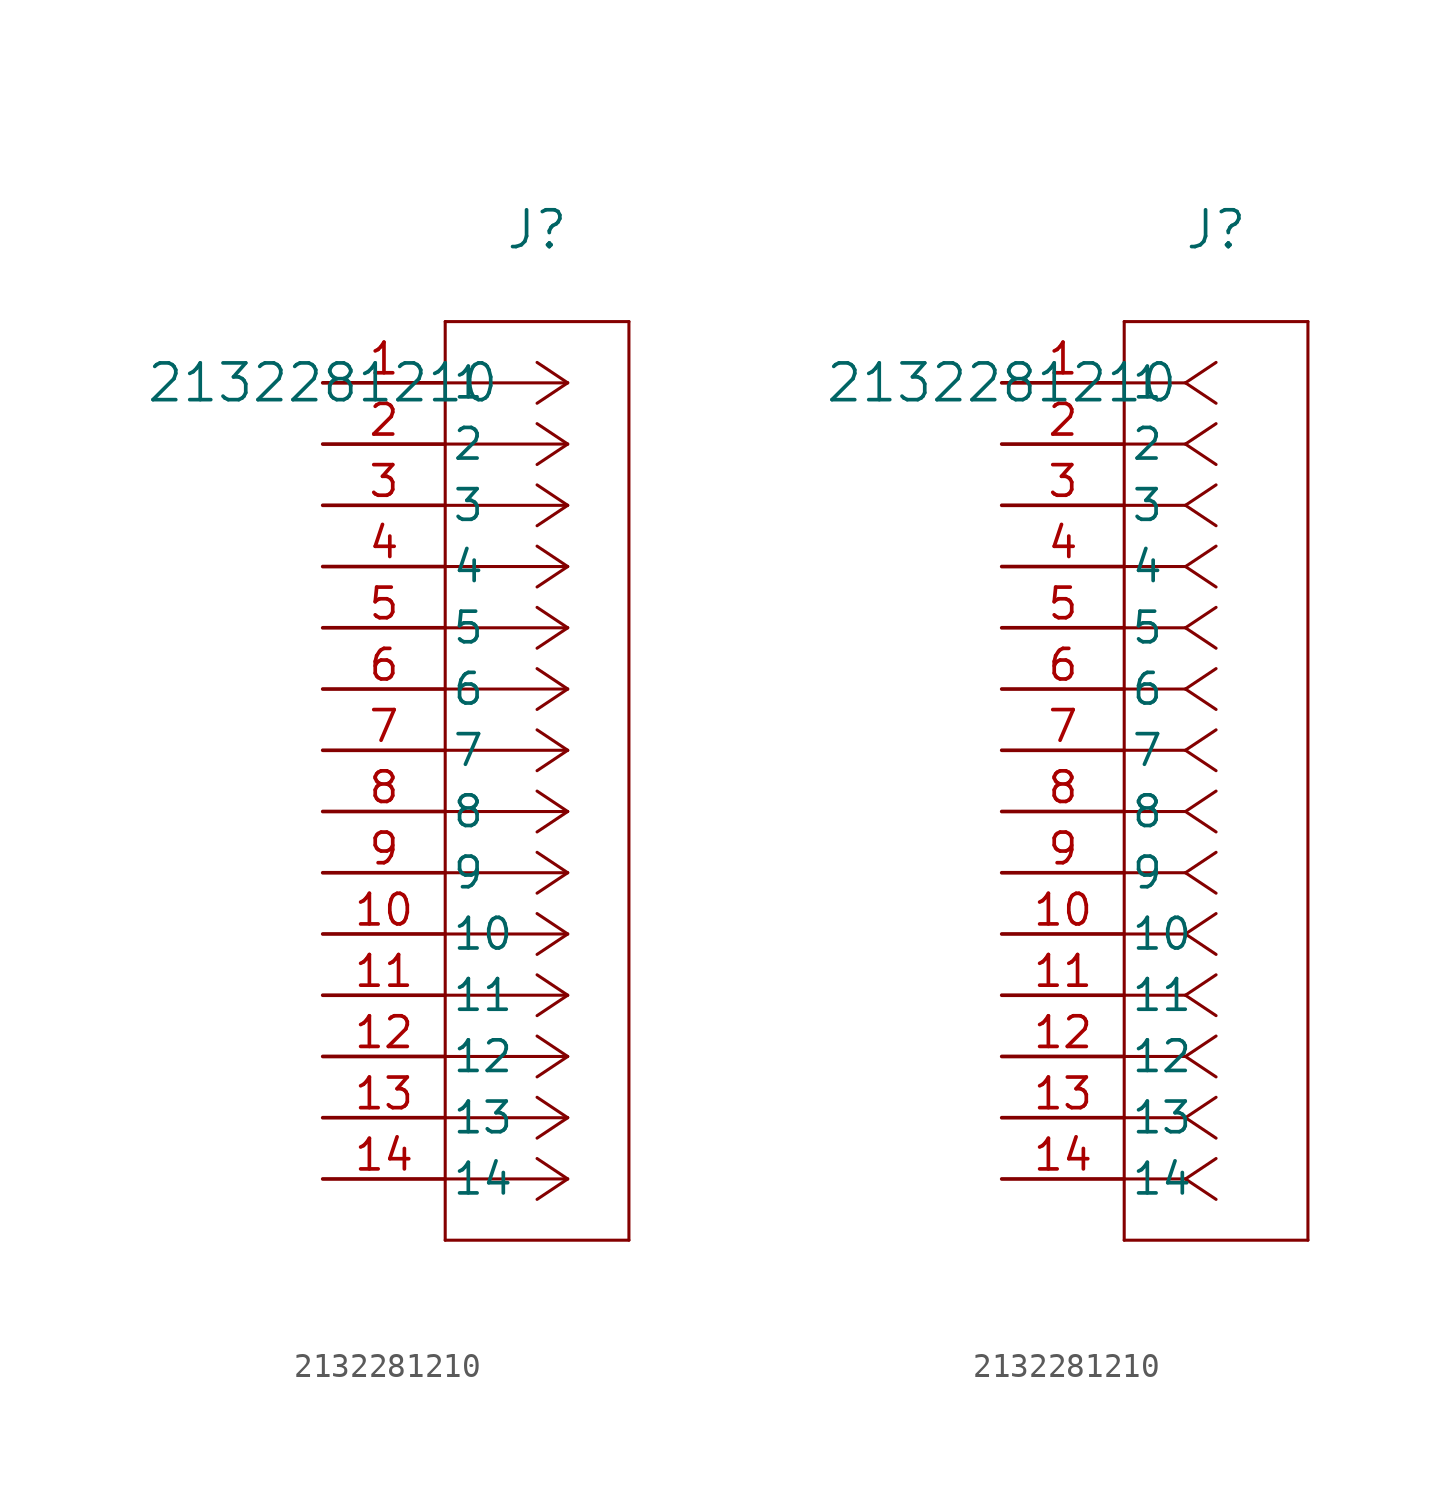
<source format=kicad_sym>
(kicad_symbol_lib
  (version 20211014)
  (generator kicad_symbol_editor)
  (symbol "2132281210"
    (pin_names
      (offset 0.254))
    (property "Reference" "J"
      (at 8.89 6.35 0)
      (effects (font (size 1.524 1.524))))
    (property "Value" "2132281210"
      (at 0 0 0)
      (effects (font (size 1.524 1.524))))
    (symbol "2132281210_1_1"
      (polyline (pts (xy 10.16 0) (xy 5.08 0)) (stroke (width 0.127) (type default) (color 0 0 0 0)) (fill (type none)))
      (polyline (pts (xy 10.16 -2.54) (xy 5.08 -2.54)) (stroke (width 0.127) (type default) (color 0 0 0 0)) (fill (type none)))
      (polyline (pts (xy 10.16 -5.08) (xy 5.08 -5.08)) (stroke (width 0.127) (type default) (color 0 0 0 0)) (fill (type none)))
      (polyline (pts (xy 10.16 -7.62) (xy 5.08 -7.62)) (stroke (width 0.127) (type default) (color 0 0 0 0)) (fill (type none)))
      (polyline (pts (xy 10.16 -10.16) (xy 5.08 -10.16)) (stroke (width 0.127) (type default) (color 0 0 0 0)) (fill (type none)))
      (polyline (pts (xy 10.16 -12.7) (xy 5.08 -12.7)) (stroke (width 0.127) (type default) (color 0 0 0 0)) (fill (type none)))
      (polyline (pts (xy 10.16 -15.24) (xy 5.08 -15.24)) (stroke (width 0.127) (type default) (color 0 0 0 0)) (fill (type none)))
      (polyline (pts (xy 10.16 -17.78) (xy 5.08 -17.78)) (stroke (width 0.127) (type default) (color 0 0 0 0)) (fill (type none)))
      (polyline (pts (xy 10.16 -20.32) (xy 5.08 -20.32)) (stroke (width 0.127) (type default) (color 0 0 0 0)) (fill (type none)))
      (polyline (pts (xy 10.16 -22.86) (xy 5.08 -22.86)) (stroke (width 0.127) (type default) (color 0 0 0 0)) (fill (type none)))
      (polyline (pts (xy 10.16 -25.4) (xy 5.08 -25.4)) (stroke (width 0.127) (type default) (color 0 0 0 0)) (fill (type none)))
      (polyline (pts (xy 10.16 -27.94) (xy 5.08 -27.94)) (stroke (width 0.127) (type default) (color 0 0 0 0)) (fill (type none)))
      (polyline (pts (xy 10.16 -30.48) (xy 5.08 -30.48)) (stroke (width 0.127) (type default) (color 0 0 0 0)) (fill (type none)))
      (polyline (pts (xy 10.16 -33.02) (xy 5.08 -33.02)) (stroke (width 0.127) (type default) (color 0 0 0 0)) (fill (type none)))
      (polyline (pts (xy 10.16 0) (xy 8.89 0.847)) (stroke (width 0.127) (type default) (color 0 0 0 0)) (fill (type none)))
      (polyline (pts (xy 10.16 -2.54) (xy 8.89 -1.693)) (stroke (width 0.127) (type default) (color 0 0 0 0)) (fill (type none)))
      (polyline (pts (xy 10.16 -5.08) (xy 8.89 -4.233)) (stroke (width 0.127) (type default) (color 0 0 0 0)) (fill (type none)))
      (polyline (pts (xy 10.16 -7.62) (xy 8.89 -6.773)) (stroke (width 0.127) (type default) (color 0 0 0 0)) (fill (type none)))
      (polyline (pts (xy 10.16 -10.16) (xy 8.89 -9.313)) (stroke (width 0.127) (type default) (color 0 0 0 0)) (fill (type none)))
      (polyline (pts (xy 10.16 -12.7) (xy 8.89 -11.853)) (stroke (width 0.127) (type default) (color 0 0 0 0)) (fill (type none)))
      (polyline (pts (xy 10.16 -15.24) (xy 8.89 -14.393)) (stroke (width 0.127) (type default) (color 0 0 0 0)) (fill (type none)))
      (polyline (pts (xy 10.16 -17.78) (xy 8.89 -16.933)) (stroke (width 0.127) (type default) (color 0 0 0 0)) (fill (type none)))
      (polyline (pts (xy 10.16 -20.32) (xy 8.89 -19.473)) (stroke (width 0.127) (type default) (color 0 0 0 0)) (fill (type none)))
      (polyline (pts (xy 10.16 -22.86) (xy 8.89 -22.013)) (stroke (width 0.127) (type default) (color 0 0 0 0)) (fill (type none)))
      (polyline (pts (xy 10.16 -25.4) (xy 8.89 -24.553)) (stroke (width 0.127) (type default) (color 0 0 0 0)) (fill (type none)))
      (polyline (pts (xy 10.16 -27.94) (xy 8.89 -27.093)) (stroke (width 0.127) (type default) (color 0 0 0 0)) (fill (type none)))
      (polyline (pts (xy 10.16 -30.48) (xy 8.89 -29.633)) (stroke (width 0.127) (type default) (color 0 0 0 0)) (fill (type none)))
      (polyline (pts (xy 10.16 -33.02) (xy 8.89 -32.173)) (stroke (width 0.127) (type default) (color 0 0 0 0)) (fill (type none)))
      (polyline (pts (xy 10.16 0) (xy 8.89 -0.847)) (stroke (width 0.127) (type default) (color 0 0 0 0)) (fill (type none)))
      (polyline (pts (xy 10.16 -2.54) (xy 8.89 -3.387)) (stroke (width 0.127) (type default) (color 0 0 0 0)) (fill (type none)))
      (polyline (pts (xy 10.16 -5.08) (xy 8.89 -5.927)) (stroke (width 0.127) (type default) (color 0 0 0 0)) (fill (type none)))
      (polyline (pts (xy 10.16 -7.62) (xy 8.89 -8.467)) (stroke (width 0.127) (type default) (color 0 0 0 0)) (fill (type none)))
      (polyline (pts (xy 10.16 -10.16) (xy 8.89 -11.007)) (stroke (width 0.127) (type default) (color 0 0 0 0)) (fill (type none)))
      (polyline (pts (xy 10.16 -12.7) (xy 8.89 -13.547)) (stroke (width 0.127) (type default) (color 0 0 0 0)) (fill (type none)))
      (polyline (pts (xy 10.16 -15.24) (xy 8.89 -16.087)) (stroke (width 0.127) (type default) (color 0 0 0 0)) (fill (type none)))
      (polyline (pts (xy 10.16 -17.78) (xy 8.89 -18.627)) (stroke (width 0.127) (type default) (color 0 0 0 0)) (fill (type none)))
      (polyline (pts (xy 10.16 -20.32) (xy 8.89 -21.167)) (stroke (width 0.127) (type default) (color 0 0 0 0)) (fill (type none)))
      (polyline (pts (xy 10.16 -22.86) (xy 8.89 -23.707)) (stroke (width 0.127) (type default) (color 0 0 0 0)) (fill (type none)))
      (polyline (pts (xy 10.16 -25.4) (xy 8.89 -26.247)) (stroke (width 0.127) (type default) (color 0 0 0 0)) (fill (type none)))
      (polyline (pts (xy 10.16 -27.94) (xy 8.89 -28.787)) (stroke (width 0.127) (type default) (color 0 0 0 0)) (fill (type none)))
      (polyline (pts (xy 10.16 -30.48) (xy 8.89 -31.327)) (stroke (width 0.127) (type default) (color 0 0 0 0)) (fill (type none)))
      (polyline (pts (xy 10.16 -33.02) (xy 8.89 -33.867)) (stroke (width 0.127) (type default) (color 0 0 0 0)) (fill (type none)))
      (polyline (pts (xy 5.08 2.54) (xy 5.08 -35.56)) (stroke (width 0.127) (type default) (color 0 0 0 0)) (fill (type none)))
      (polyline (pts (xy 5.08 -35.56) (xy 12.7 -35.56)) (stroke (width 0.127) (type default) (color 0 0 0 0)) (fill (type none)))
      (polyline (pts (xy 12.7 -35.56) (xy 12.7 2.54)) (stroke (width 0.127) (type default) (color 0 0 0 0)) (fill (type none)))
      (polyline (pts (xy 12.7 2.54) (xy 5.08 2.54)) (stroke (width 0.127) (type default) (color 0 0 0 0)) (fill (type none)))
      (pin unspecified line (at 0 0 0) (length 5.08) (name "1" (effects (font (size 1.27 1.27)))) (number "1" (effects (font (size 1.27 1.27)))))
      (pin unspecified line (at 0 -2.54 0) (length 5.08) (name "2" (effects (font (size 1.27 1.27)))) (number "2" (effects (font (size 1.27 1.27)))))
      (pin unspecified line (at 0 -5.08 0) (length 5.08) (name "3" (effects (font (size 1.27 1.27)))) (number "3" (effects (font (size 1.27 1.27)))))
      (pin unspecified line (at 0 -7.62 0) (length 5.08) (name "4" (effects (font (size 1.27 1.27)))) (number "4" (effects (font (size 1.27 1.27)))))
      (pin unspecified line (at 0 -10.16 0) (length 5.08) (name "5" (effects (font (size 1.27 1.27)))) (number "5" (effects (font (size 1.27 1.27)))))
      (pin unspecified line (at 0 -12.7 0) (length 5.08) (name "6" (effects (font (size 1.27 1.27)))) (number "6" (effects (font (size 1.27 1.27)))))
      (pin unspecified line (at 0 -15.24 0) (length 5.08) (name "7" (effects (font (size 1.27 1.27)))) (number "7" (effects (font (size 1.27 1.27)))))
      (pin unspecified line (at 0 -17.78 0) (length 5.08) (name "8" (effects (font (size 1.27 1.27)))) (number "8" (effects (font (size 1.27 1.27)))))
      (pin unspecified line (at 0 -20.32 0) (length 5.08) (name "9" (effects (font (size 1.27 1.27)))) (number "9" (effects (font (size 1.27 1.27)))))
      (pin unspecified line (at 0 -22.86 0) (length 5.08) (name "10" (effects (font (size 1.27 1.27)))) (number "10" (effects (font (size 1.27 1.27)))))
      (pin unspecified line (at 0 -25.4 0) (length 5.08) (name "11" (effects (font (size 1.27 1.27)))) (number "11" (effects (font (size 1.27 1.27)))))
      (pin unspecified line (at 0 -27.94 0) (length 5.08) (name "12" (effects (font (size 1.27 1.27)))) (number "12" (effects (font (size 1.27 1.27)))))
      (pin unspecified line (at 0 -30.48 0) (length 5.08) (name "13" (effects (font (size 1.27 1.27)))) (number "13" (effects (font (size 1.27 1.27)))))
      (pin unspecified line (at 0 -33.02 0) (length 5.08) (name "14" (effects (font (size 1.27 1.27)))) (number "14" (effects (font (size 1.27 1.27))))))
    (symbol "2132281210_1_2"
      (polyline (pts (xy 7.62 0) (xy 5.08 0)) (stroke (width 0.127) (type default) (color 0 0 0 0)) (fill (type none)))
      (polyline (pts (xy 7.62 -2.54) (xy 5.08 -2.54)) (stroke (width 0.127) (type default) (color 0 0 0 0)) (fill (type none)))
      (polyline (pts (xy 7.62 -5.08) (xy 5.08 -5.08)) (stroke (width 0.127) (type default) (color 0 0 0 0)) (fill (type none)))
      (polyline (pts (xy 7.62 -7.62) (xy 5.08 -7.62)) (stroke (width 0.127) (type default) (color 0 0 0 0)) (fill (type none)))
      (polyline (pts (xy 7.62 -10.16) (xy 5.08 -10.16)) (stroke (width 0.127) (type default) (color 0 0 0 0)) (fill (type none)))
      (polyline (pts (xy 7.62 -12.7) (xy 5.08 -12.7)) (stroke (width 0.127) (type default) (color 0 0 0 0)) (fill (type none)))
      (polyline (pts (xy 7.62 -15.24) (xy 5.08 -15.24)) (stroke (width 0.127) (type default) (color 0 0 0 0)) (fill (type none)))
      (polyline (pts (xy 7.62 -17.78) (xy 5.08 -17.78)) (stroke (width 0.127) (type default) (color 0 0 0 0)) (fill (type none)))
      (polyline (pts (xy 7.62 -20.32) (xy 5.08 -20.32)) (stroke (width 0.127) (type default) (color 0 0 0 0)) (fill (type none)))
      (polyline (pts (xy 7.62 -22.86) (xy 5.08 -22.86)) (stroke (width 0.127) (type default) (color 0 0 0 0)) (fill (type none)))
      (polyline (pts (xy 7.62 -25.4) (xy 5.08 -25.4)) (stroke (width 0.127) (type default) (color 0 0 0 0)) (fill (type none)))
      (polyline (pts (xy 7.62 -27.94) (xy 5.08 -27.94)) (stroke (width 0.127) (type default) (color 0 0 0 0)) (fill (type none)))
      (polyline (pts (xy 7.62 -30.48) (xy 5.08 -30.48)) (stroke (width 0.127) (type default) (color 0 0 0 0)) (fill (type none)))
      (polyline (pts (xy 7.62 -33.02) (xy 5.08 -33.02)) (stroke (width 0.127) (type default) (color 0 0 0 0)) (fill (type none)))
      (polyline (pts (xy 7.62 0) (xy 8.89 0.847)) (stroke (width 0.127) (type default) (color 0 0 0 0)) (fill (type none)))
      (polyline (pts (xy 7.62 -2.54) (xy 8.89 -1.693)) (stroke (width 0.127) (type default) (color 0 0 0 0)) (fill (type none)))
      (polyline (pts (xy 7.62 -5.08) (xy 8.89 -4.233)) (stroke (width 0.127) (type default) (color 0 0 0 0)) (fill (type none)))
      (polyline (pts (xy 7.62 -7.62) (xy 8.89 -6.773)) (stroke (width 0.127) (type default) (color 0 0 0 0)) (fill (type none)))
      (polyline (pts (xy 7.62 -10.16) (xy 8.89 -9.313)) (stroke (width 0.127) (type default) (color 0 0 0 0)) (fill (type none)))
      (polyline (pts (xy 7.62 -12.7) (xy 8.89 -11.853)) (stroke (width 0.127) (type default) (color 0 0 0 0)) (fill (type none)))
      (polyline (pts (xy 7.62 -15.24) (xy 8.89 -14.393)) (stroke (width 0.127) (type default) (color 0 0 0 0)) (fill (type none)))
      (polyline (pts (xy 7.62 -17.78) (xy 8.89 -16.933)) (stroke (width 0.127) (type default) (color 0 0 0 0)) (fill (type none)))
      (polyline (pts (xy 7.62 -20.32) (xy 8.89 -19.473)) (stroke (width 0.127) (type default) (color 0 0 0 0)) (fill (type none)))
      (polyline (pts (xy 7.62 -22.86) (xy 8.89 -22.013)) (stroke (width 0.127) (type default) (color 0 0 0 0)) (fill (type none)))
      (polyline (pts (xy 7.62 -25.4) (xy 8.89 -24.553)) (stroke (width 0.127) (type default) (color 0 0 0 0)) (fill (type none)))
      (polyline (pts (xy 7.62 -27.94) (xy 8.89 -27.093)) (stroke (width 0.127) (type default) (color 0 0 0 0)) (fill (type none)))
      (polyline (pts (xy 7.62 -30.48) (xy 8.89 -29.633)) (stroke (width 0.127) (type default) (color 0 0 0 0)) (fill (type none)))
      (polyline (pts (xy 7.62 -33.02) (xy 8.89 -32.173)) (stroke (width 0.127) (type default) (color 0 0 0 0)) (fill (type none)))
      (polyline (pts (xy 7.62 0) (xy 8.89 -0.847)) (stroke (width 0.127) (type default) (color 0 0 0 0)) (fill (type none)))
      (polyline (pts (xy 7.62 -2.54) (xy 8.89 -3.387)) (stroke (width 0.127) (type default) (color 0 0 0 0)) (fill (type none)))
      (polyline (pts (xy 7.62 -5.08) (xy 8.89 -5.927)) (stroke (width 0.127) (type default) (color 0 0 0 0)) (fill (type none)))
      (polyline (pts (xy 7.62 -7.62) (xy 8.89 -8.467)) (stroke (width 0.127) (type default) (color 0 0 0 0)) (fill (type none)))
      (polyline (pts (xy 7.62 -10.16) (xy 8.89 -11.007)) (stroke (width 0.127) (type default) (color 0 0 0 0)) (fill (type none)))
      (polyline (pts (xy 7.62 -12.7) (xy 8.89 -13.547)) (stroke (width 0.127) (type default) (color 0 0 0 0)) (fill (type none)))
      (polyline (pts (xy 7.62 -15.24) (xy 8.89 -16.087)) (stroke (width 0.127) (type default) (color 0 0 0 0)) (fill (type none)))
      (polyline (pts (xy 7.62 -17.78) (xy 8.89 -18.627)) (stroke (width 0.127) (type default) (color 0 0 0 0)) (fill (type none)))
      (polyline (pts (xy 7.62 -20.32) (xy 8.89 -21.167)) (stroke (width 0.127) (type default) (color 0 0 0 0)) (fill (type none)))
      (polyline (pts (xy 7.62 -22.86) (xy 8.89 -23.707)) (stroke (width 0.127) (type default) (color 0 0 0 0)) (fill (type none)))
      (polyline (pts (xy 7.62 -25.4) (xy 8.89 -26.247)) (stroke (width 0.127) (type default) (color 0 0 0 0)) (fill (type none)))
      (polyline (pts (xy 7.62 -27.94) (xy 8.89 -28.787)) (stroke (width 0.127) (type default) (color 0 0 0 0)) (fill (type none)))
      (polyline (pts (xy 7.62 -30.48) (xy 8.89 -31.327)) (stroke (width 0.127) (type default) (color 0 0 0 0)) (fill (type none)))
      (polyline (pts (xy 7.62 -33.02) (xy 8.89 -33.867)) (stroke (width 0.127) (type default) (color 0 0 0 0)) (fill (type none)))
      (polyline (pts (xy 5.08 2.54) (xy 5.08 -35.56)) (stroke (width 0.127) (type default) (color 0 0 0 0)) (fill (type none)))
      (polyline (pts (xy 5.08 -35.56) (xy 12.7 -35.56)) (stroke (width 0.127) (type default) (color 0 0 0 0)) (fill (type none)))
      (polyline (pts (xy 12.7 -35.56) (xy 12.7 2.54)) (stroke (width 0.127) (type default) (color 0 0 0 0)) (fill (type none)))
      (polyline (pts (xy 12.7 2.54) (xy 5.08 2.54)) (stroke (width 0.127) (type default) (color 0 0 0 0)) (fill (type none)))
      (pin unspecified line (at 0 0 0) (length 5.08) (name "1" (effects (font (size 1.27 1.27)))) (number "1" (effects (font (size 1.27 1.27)))))
      (pin unspecified line (at 0 -2.54 0) (length 5.08) (name "2" (effects (font (size 1.27 1.27)))) (number "2" (effects (font (size 1.27 1.27)))))
      (pin unspecified line (at 0 -5.08 0) (length 5.08) (name "3" (effects (font (size 1.27 1.27)))) (number "3" (effects (font (size 1.27 1.27)))))
      (pin unspecified line (at 0 -7.62 0) (length 5.08) (name "4" (effects (font (size 1.27 1.27)))) (number "4" (effects (font (size 1.27 1.27)))))
      (pin unspecified line (at 0 -10.16 0) (length 5.08) (name "5" (effects (font (size 1.27 1.27)))) (number "5" (effects (font (size 1.27 1.27)))))
      (pin unspecified line (at 0 -12.7 0) (length 5.08) (name "6" (effects (font (size 1.27 1.27)))) (number "6" (effects (font (size 1.27 1.27)))))
      (pin unspecified line (at 0 -15.24 0) (length 5.08) (name "7" (effects (font (size 1.27 1.27)))) (number "7" (effects (font (size 1.27 1.27)))))
      (pin unspecified line (at 0 -17.78 0) (length 5.08) (name "8" (effects (font (size 1.27 1.27)))) (number "8" (effects (font (size 1.27 1.27)))))
      (pin unspecified line (at 0 -20.32 0) (length 5.08) (name "9" (effects (font (size 1.27 1.27)))) (number "9" (effects (font (size 1.27 1.27)))))
      (pin unspecified line (at 0 -22.86 0) (length 5.08) (name "10" (effects (font (size 1.27 1.27)))) (number "10" (effects (font (size 1.27 1.27)))))
      (pin unspecified line (at 0 -25.4 0) (length 5.08) (name "11" (effects (font (size 1.27 1.27)))) (number "11" (effects (font (size 1.27 1.27)))))
      (pin unspecified line (at 0 -27.94 0) (length 5.08) (name "12" (effects (font (size 1.27 1.27)))) (number "12" (effects (font (size 1.27 1.27)))))
      (pin unspecified line (at 0 -30.48 0) (length 5.08) (name "13" (effects (font (size 1.27 1.27)))) (number "13" (effects (font (size 1.27 1.27)))))
      (pin unspecified line (at 0 -33.02 0) (length 5.08) (name "14" (effects (font (size 1.27 1.27)))) (number "14" (effects (font (size 1.27 1.27))))))))
</source>
